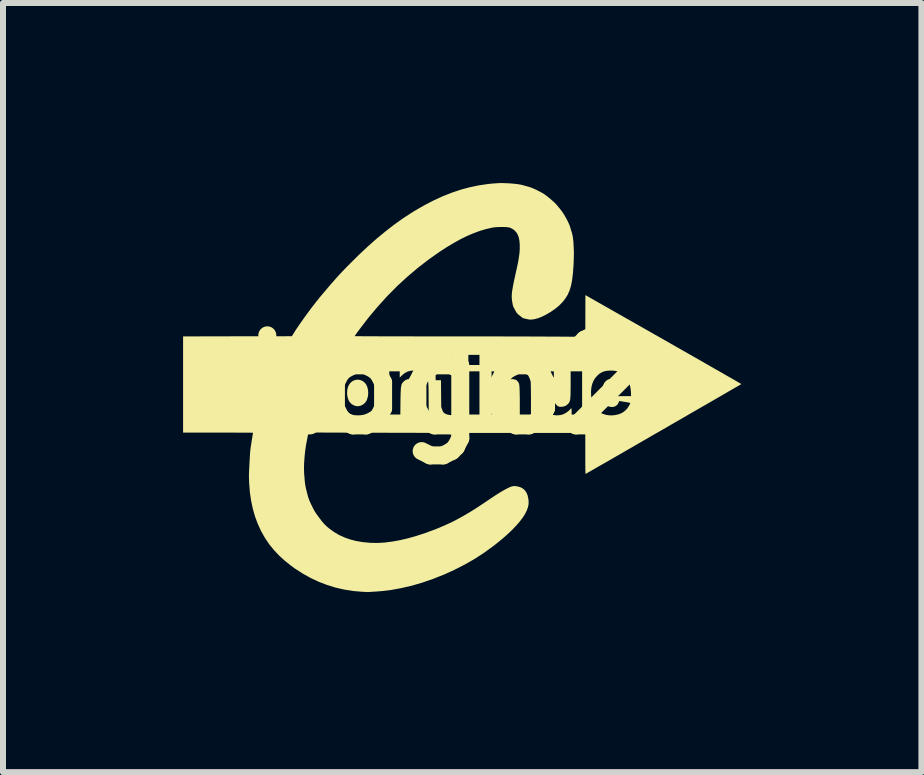
<source format=kicad_pcb>
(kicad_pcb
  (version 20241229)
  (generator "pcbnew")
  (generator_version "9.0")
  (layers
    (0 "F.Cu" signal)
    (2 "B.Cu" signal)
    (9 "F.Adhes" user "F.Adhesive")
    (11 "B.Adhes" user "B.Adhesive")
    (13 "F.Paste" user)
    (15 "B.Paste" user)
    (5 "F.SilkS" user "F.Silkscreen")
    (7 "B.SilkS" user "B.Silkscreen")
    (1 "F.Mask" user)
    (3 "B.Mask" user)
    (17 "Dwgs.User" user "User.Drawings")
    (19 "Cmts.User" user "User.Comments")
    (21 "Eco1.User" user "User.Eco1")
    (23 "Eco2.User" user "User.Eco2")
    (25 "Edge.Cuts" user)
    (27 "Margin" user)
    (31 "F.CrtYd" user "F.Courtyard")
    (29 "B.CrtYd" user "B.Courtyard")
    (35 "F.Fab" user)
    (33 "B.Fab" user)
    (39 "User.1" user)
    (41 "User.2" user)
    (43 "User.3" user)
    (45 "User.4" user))
  (footprint "Logo2"
    (layer "F.Cu")
    (at 4.403 3.358)
    (property "Reference" "Logo2" (at 0 0 0) (layer "F.SilkS") (effects (font (size 1.5 1.5) (thickness 0.3))))
    (attr board_only exclude_from_pos_files exclude_from_bom)
    (fp_poly (pts (xy -1.446 -0.076) (xy -1.412 -0.061) (xy -1.381 -0.037) (xy -1.355 -0.005) (xy -1.348 0.007) (xy -1.332 0.046) (xy -1.322 0.091) (xy -1.319 0.139) (xy -1.323 0.188) (xy -1.334 0.233) (xy -1.347 0.266) (xy -1.37 0.3) (xy -1.4 0.328) (xy -1.434 0.346) (xy -1.454 0.353) (xy -1.478 0.357) (xy -1.498 0.359) (xy -1.518 0.357) (xy -1.538 0.352) (xy -1.571 0.339) (xy -1.602 0.318) (xy -1.628 0.289) (xy -1.643 0.266) (xy -1.658 0.227) (xy -1.668 0.182) (xy -1.671 0.136) (xy -1.668 0.089) (xy -1.658 0.045) (xy -1.642 0.007) (xy -1.642 0.007) (xy -1.618 -0.028) (xy -1.588 -0.054) (xy -1.554 -0.072) (xy -1.519 -0.082) (xy -1.482 -0.083)) (stroke (width 0) (type solid)) (fill yes) (layer "F.SilkS"))
    (fp_poly (pts (xy 2.75 -0.092) (xy 2.766 -0.09) (xy 2.779 -0.086) (xy 2.793 -0.079) (xy 2.794 -0.079) (xy 2.826 -0.055) (xy 2.849 -0.024) (xy 2.864 0.012) (xy 2.868 0.03) (xy 2.871 0.044) (xy 2.873 0.056) (xy 2.873 0.064) (xy 2.871 0.071) (xy 2.864 0.075) (xy 2.853 0.078) (xy 2.835 0.079) (xy 2.81 0.079) (xy 2.777 0.079) (xy 2.734 0.079) (xy 2.727 0.079) (xy 2.684 0.079) (xy 2.651 0.079) (xy 2.625 0.079) (xy 2.607 0.078) (xy 2.595 0.077) (xy 2.588 0.076) (xy 2.585 0.074) (xy 2.584 0.072) (xy 2.584 0.07) (xy 2.586 0.06) (xy 2.589 0.043) (xy 2.59 0.033) (xy 2.6 -0.004) (xy 2.619 -0.038) (xy 2.646 -0.066) (xy 2.654 -0.072) (xy 2.669 -0.082) (xy 2.681 -0.088) (xy 2.694 -0.091) (xy 2.711 -0.092) (xy 2.727 -0.092)) (stroke (width 0) (type solid)) (fill yes) (layer "F.SilkS"))
    (fp_poly (pts (xy 0.984 -3.356) (xy 1.043 -3.353) (xy 1.074 -3.35) (xy 1.115 -3.347) (xy 1.147 -3.343) (xy 1.174 -3.34) (xy 1.198 -3.336) (xy 1.221 -3.332) (xy 1.246 -3.326) (xy 1.276 -3.318) (xy 1.304 -3.31) (xy 1.341 -3.3) (xy 1.371 -3.291) (xy 1.397 -3.282) (xy 1.42 -3.273) (xy 1.445 -3.262) (xy 1.474 -3.249) (xy 1.509 -3.231) (xy 1.512 -3.229) (xy 1.547 -3.212) (xy 1.574 -3.197) (xy 1.597 -3.184) (xy 1.617 -3.171) (xy 1.637 -3.157) (xy 1.66 -3.14) (xy 1.686 -3.118) (xy 1.704 -3.104) (xy 1.736 -3.076) (xy 1.763 -3.053) (xy 1.786 -3.031) (xy 1.807 -3.01) (xy 1.828 -2.986) (xy 1.852 -2.957) (xy 1.861 -2.946) (xy 1.887 -2.914) (xy 1.908 -2.886) (xy 1.926 -2.86) (xy 1.943 -2.834) (xy 1.961 -2.803) (xy 1.98 -2.769) (xy 1.998 -2.735) (xy 2.012 -2.706) (xy 2.024 -2.681) (xy 2.034 -2.657) (xy 2.043 -2.63) (xy 2.053 -2.598) (xy 2.06 -2.574) (xy 2.071 -2.539) (xy 2.079 -2.511) (xy 2.084 -2.487) (xy 2.089 -2.465) (xy 2.092 -2.441) (xy 2.095 -2.413) (xy 2.099 -2.378) (xy 2.1 -2.365) (xy 2.104 -2.291) (xy 2.107 -2.209) (xy 2.106 -2.122) (xy 2.103 -2.032) (xy 2.098 -1.942) (xy 2.091 -1.855) (xy 2.081 -1.771) (xy 2.074 -1.72) (xy 2.057 -1.639) (xy 2.033 -1.564) (xy 2.002 -1.495) (xy 1.962 -1.431) (xy 1.914 -1.371) (xy 1.857 -1.314) (xy 1.791 -1.26) (xy 1.722 -1.213) (xy 1.648 -1.169) (xy 1.578 -1.134) (xy 1.514 -1.108) (xy 1.454 -1.092) (xy 1.429 -1.088) (xy 1.406 -1.085) (xy 1.388 -1.084) (xy 1.371 -1.084) (xy 1.353 -1.087) (xy 1.329 -1.092) (xy 1.321 -1.094) (xy 1.297 -1.099) (xy 1.277 -1.104) (xy 1.263 -1.108) (xy 1.258 -1.11) (xy 1.251 -1.114) (xy 1.239 -1.124) (xy 1.221 -1.137) (xy 1.203 -1.152) (xy 1.183 -1.168) (xy 1.168 -1.182) (xy 1.156 -1.195) (xy 1.146 -1.211) (xy 1.134 -1.231) (xy 1.123 -1.251) (xy 1.11 -1.276) (xy 1.1 -1.295) (xy 1.094 -1.312) (xy 1.089 -1.329) (xy 1.085 -1.35) (xy 1.08 -1.378) (xy 1.079 -1.385) (xy 1.076 -1.41) (xy 1.073 -1.434) (xy 1.072 -1.459) (xy 1.072 -1.484) (xy 1.073 -1.51) (xy 1.076 -1.54) (xy 1.081 -1.573) (xy 1.087 -1.611) (xy 1.095 -1.655) (xy 1.105 -1.705) (xy 1.117 -1.763) (xy 1.132 -1.83) (xy 1.145 -1.89) (xy 1.16 -1.957) (xy 1.172 -2.015) (xy 1.182 -2.065) (xy 1.189 -2.11) (xy 1.195 -2.15) (xy 1.2 -2.188) (xy 1.203 -2.223) (xy 1.205 -2.259) (xy 1.205 -2.27) (xy 1.205 -2.34) (xy 1.199 -2.402) (xy 1.188 -2.455) (xy 1.171 -2.5) (xy 1.148 -2.538) (xy 1.119 -2.569) (xy 1.098 -2.585) (xy 1.076 -2.599) (xy 1.056 -2.609) (xy 1.035 -2.617) (xy 1.012 -2.622) (xy 0.984 -2.625) (xy 0.95 -2.626) (xy 0.908 -2.627) (xy 0.902 -2.627) (xy 0.864 -2.626) (xy 0.833 -2.625) (xy 0.807 -2.624) (xy 0.783 -2.621) (xy 0.758 -2.617) (xy 0.73 -2.612) (xy 0.632 -2.589) (xy 0.533 -2.559) (xy 0.431 -2.521) (xy 0.326 -2.476) (xy 0.218 -2.423) (xy 0.107 -2.361) (xy -0.009 -2.292) (xy -0.119 -2.221) (xy -0.307 -2.089) (xy -0.49 -1.948) (xy -0.667 -1.798) (xy -0.839 -1.64) (xy -1.005 -1.472) (xy -1.165 -1.295) (xy -1.32 -1.11) (xy -1.457 -0.931) (xy -1.48 -0.9) (xy -1.501 -0.872) (xy -1.518 -0.848) (xy -1.532 -0.828) (xy -1.541 -0.815) (xy -1.545 -0.809) (xy -1.545 -0.808) (xy -1.54 -0.808) (xy -1.525 -0.808) (xy -1.499 -0.807) (xy -1.465 -0.807) (xy -1.422 -0.807) (xy -1.37 -0.806) (xy -1.311 -0.806) (xy -1.244 -0.806) (xy -1.169 -0.806) (xy -1.089 -0.805) (xy -1.001 -0.805) (xy -0.909 -0.805) (xy -0.81 -0.805) (xy -0.707 -0.805) (xy -0.599 -0.805) (xy -0.488 -0.804) (xy -0.372 -0.804) (xy -0.254 -0.804) (xy -0.144 -0.804) (xy -0.016 -0.804) (xy 0.114 -0.804) (xy 0.243 -0.804) (xy 0.373 -0.804) (xy 0.501 -0.804) (xy 0.628 -0.804) (xy 0.753 -0.804) (xy 0.874 -0.804) (xy 0.992 -0.803) (xy 1.105 -0.803) (xy 1.213 -0.803) (xy 1.316 -0.803) (xy 1.412 -0.802) (xy 1.501 -0.802) (xy 1.582 -0.802) (xy 1.654 -0.801) (xy 1.718 -0.801) (xy 1.771 -0.801) (xy 1.777 -0.801) (xy 2.297 -0.797) (xy 2.298 -1.145) (xy 2.299 -1.492) (xy 3.599 -0.753) (xy 3.708 -0.691) (xy 3.814 -0.63) (xy 3.918 -0.571) (xy 4.018 -0.514) (xy 4.115 -0.459) (xy 4.208 -0.406) (xy 4.296 -0.355) (xy 4.38 -0.307) (xy 4.459 -0.262) (xy 4.533 -0.22) (xy 4.601 -0.181) (xy 4.663 -0.145) (xy 4.718 -0.114) (xy 4.767 -0.086) (xy 4.808 -0.062) (xy 4.842 -0.042) (xy 4.868 -0.027) (xy 4.886 -0.016) (xy 4.895 -0.011) (xy 4.896 -0.01) (xy 4.891 -0.007) (xy 4.877 0.002) (xy 4.855 0.014) (xy 4.825 0.032) (xy 4.788 0.053) (xy 4.744 0.079) (xy 4.693 0.108) (xy 4.637 0.141) (xy 4.575 0.177) (xy 4.507 0.216) (xy 4.435 0.258) (xy 4.359 0.302) (xy 4.279 0.348) (xy 4.195 0.396) (xy 4.109 0.446) (xy 4.02 0.497) (xy 3.929 0.55) (xy 3.837 0.603) (xy 3.743 0.657) (xy 3.649 0.712) (xy 3.555 0.766) (xy 3.46 0.82) (xy 3.367 0.874) (xy 3.274 0.928) (xy 3.183 0.98) (xy 3.094 1.032) (xy 3.008 1.081) (xy 2.924 1.13) (xy 2.844 1.176) (xy 2.767 1.22) (xy 2.695 1.262) (xy 2.627 1.301) (xy 2.564 1.337) (xy 2.507 1.369) (xy 2.456 1.399) (xy 2.412 1.424) (xy 2.374 1.446) (xy 2.344 1.463) (xy 2.321 1.476) (xy 2.307 1.484) (xy 2.301 1.487) (xy 2.301 1.487) (xy 2.3 1.482) (xy 2.3 1.467) (xy 2.299 1.443) (xy 2.298 1.41) (xy 2.298 1.37) (xy 2.297 1.323) (xy 2.297 1.269) (xy 2.297 1.21) (xy 2.297 1.147) (xy 2.297 1.146) (xy 2.297 0.804) (xy 1.133 0.804) (xy 1.002 0.804) (xy 0.863 0.804) (xy 0.715 0.804) (xy 0.562 0.804) (xy 0.403 0.804) (xy 0.241 0.804) (xy 0.077 0.803) (xy -0.087 0.803) (xy -0.251 0.803) (xy -0.413 0.803) (xy -0.571 0.802) (xy -0.725 0.802) (xy -0.873 0.802) (xy -1.013 0.801) (xy -1.144 0.801) (xy -1.173 0.801) (xy -2.315 0.797) (xy -2.337 0.911) (xy -2.357 1.017) (xy -2.371 1.118) (xy -2.381 1.219) (xy -2.387 1.306) (xy -2.388 1.343) (xy -2.389 1.376) (xy -2.389 1.406) (xy -2.388 1.437) (xy -2.387 1.471) (xy -2.384 1.511) (xy -2.381 1.541) (xy -2.378 1.583) (xy -2.375 1.617) (xy -2.372 1.645) (xy -2.368 1.671) (xy -2.363 1.696) (xy -2.358 1.723) (xy -2.35 1.755) (xy -2.342 1.787) (xy -2.332 1.825) (xy -2.324 1.857) (xy -2.316 1.883) (xy -2.308 1.906) (xy -2.299 1.93) (xy -2.287 1.956) (xy -2.273 1.988) (xy -2.264 2.006) (xy -2.246 2.043) (xy -2.23 2.074) (xy -2.216 2.101) (xy -2.2 2.126) (xy -2.183 2.152) (xy -2.161 2.182) (xy -2.149 2.199) (xy -2.117 2.241) (xy -2.09 2.277) (xy -2.064 2.307) (xy -2.04 2.333) (xy -2.015 2.357) (xy -1.987 2.381) (xy -1.969 2.396) (xy -1.889 2.454) (xy -1.805 2.504) (xy -1.714 2.545) (xy -1.618 2.579) (xy -1.516 2.605) (xy -1.407 2.623) (xy -1.291 2.634) (xy -1.275 2.635) (xy -1.163 2.637) (xy -1.046 2.63) (xy -0.922 2.614) (xy -0.792 2.591) (xy -0.656 2.559) (xy -0.515 2.519) (xy -0.368 2.471) (xy -0.228 2.42) (xy -0.138 2.384) (xy -0.052 2.347) (xy 0.032 2.309) (xy 0.115 2.269) (xy 0.197 2.225) (xy 0.281 2.178) (xy 0.368 2.127) (xy 0.458 2.071) (xy 0.553 2.009) (xy 0.655 1.941) (xy 0.693 1.915) (xy 0.76 1.87) (xy 0.821 1.83) (xy 0.875 1.796) (xy 0.925 1.767) (xy 0.971 1.741) (xy 0.993 1.73) (xy 1.029 1.712) (xy 1.058 1.7) (xy 1.083 1.693) (xy 1.106 1.689) (xy 1.13 1.69) (xy 1.158 1.693) (xy 1.167 1.695) (xy 1.215 1.708) (xy 1.255 1.729) (xy 1.289 1.758) (xy 1.315 1.795) (xy 1.335 1.84) (xy 1.347 1.893) (xy 1.349 1.907) (xy 1.352 1.935) (xy 1.353 1.963) (xy 1.352 1.986) (xy 1.352 1.992) (xy 1.341 2.044) (xy 1.321 2.099) (xy 1.291 2.158) (xy 1.251 2.22) (xy 1.201 2.285) (xy 1.142 2.353) (xy 1.074 2.423) (xy 0.997 2.496) (xy 0.91 2.572) (xy 0.814 2.65) (xy 0.759 2.693) (xy 0.608 2.802) (xy 0.451 2.904) (xy 0.287 2.998) (xy 0.116 3.085) (xy -0.062 3.166) (xy -0.064 3.166) (xy -0.243 3.237) (xy -0.42 3.298) (xy -0.595 3.349) (xy -0.768 3.389) (xy -0.938 3.42) (xy -1.106 3.44) (xy -1.198 3.447) (xy -1.235 3.449) (xy -1.268 3.451) (xy -1.297 3.453) (xy -1.319 3.454) (xy -1.333 3.455) (xy -1.338 3.455) (xy -1.344 3.454) (xy -1.359 3.453) (xy -1.381 3.452) (xy -1.407 3.45) (xy -1.421 3.45) (xy -1.572 3.437) (xy -1.72 3.413) (xy -1.865 3.38) (xy -2.006 3.336) (xy -2.145 3.283) (xy -2.281 3.219) (xy -2.413 3.145) (xy -2.543 3.061) (xy -2.603 3.017) (xy -2.708 2.934) (xy -2.803 2.847) (xy -2.889 2.756) (xy -2.966 2.661) (xy -3.035 2.56) (xy -3.096 2.453) (xy -3.109 2.428) (xy -3.162 2.311) (xy -3.207 2.189) (xy -3.243 2.061) (xy -3.271 1.927) (xy -3.291 1.788) (xy -3.302 1.641) (xy -3.303 1.63) (xy -3.304 1.597) (xy -3.305 1.566) (xy -3.306 1.537) (xy -3.306 1.507) (xy -3.305 1.475) (xy -3.304 1.439) (xy -3.302 1.397) (xy -3.299 1.347) (xy -3.297 1.302) (xy -3.294 1.247) (xy -3.291 1.2) (xy -3.289 1.161) (xy -3.286 1.127) (xy -3.283 1.096) (xy -3.28 1.066) (xy -3.276 1.037) (xy -3.271 1.005) (xy -3.265 0.969) (xy -3.262 0.948) (xy -3.256 0.91) (xy -3.25 0.876) (xy -3.246 0.847) (xy -3.242 0.823) (xy -3.239 0.808) (xy -3.239 0.801) (xy -3.239 0.801) (xy -3.244 0.801) (xy -3.259 0.801) (xy -3.283 0.8) (xy -3.316 0.8) (xy -3.357 0.8) (xy -3.405 0.8) (xy -3.459 0.8) (xy -3.52 0.799) (xy -3.585 0.799) (xy -3.655 0.799) (xy -3.729 0.799) (xy -3.806 0.799) (xy -3.821 0.799) (xy -4.403 0.799) (xy -4.403 0.137) (xy -1.864 0.137) (xy -1.862 0.18) (xy -1.851 0.245) (xy -1.832 0.303) (xy -1.804 0.356) (xy -1.769 0.401) (xy -1.726 0.439) (xy -1.677 0.47) (xy -1.62 0.492) (xy -1.564 0.506) (xy -1.523 0.51) (xy -1.479 0.511) (xy -1.435 0.508) (xy -1.396 0.501) (xy -1.38 0.497) (xy -1.325 0.475) (xy -1.275 0.445) (xy -1.231 0.406) (xy -1.193 0.36) (xy -1.162 0.307) (xy -1.139 0.249) (xy -1.139 0.249) (xy -1.131 0.213) (xy -1.126 0.171) (xy -1.125 0.127) (xy -1.128 0.083) (xy -1.133 0.044) (xy -1.138 0.026) (xy -1.161 -0.034) (xy -1.191 -0.088) (xy -1.229 -0.134) (xy -1.273 -0.171) (xy -1.323 -0.201) (xy -1.378 -0.222) (xy -1.38 -0.222) (xy -0.968 -0.222) (xy -0.968 0.138) (xy -0.968 0.497) (xy -0.876 0.497) (xy -0.784 0.497) (xy -0.782 0.279) (xy -0.781 0.217) (xy -0.78 0.164) (xy -0.778 0.119) (xy -0.776 0.082) (xy -0.774 0.052) (xy -0.77 0.028) (xy -0.766 0.008) (xy -0.761 -0.008) (xy -0.754 -0.022) (xy -0.746 -0.033) (xy -0.736 -0.044) (xy -0.727 -0.054) (xy -0.697 -0.077) (xy -0.666 -0.09) (xy -0.632 -0.094) (xy -0.593 -0.088) (xy -0.589 -0.088) (xy -0.569 -0.082) (xy -0.556 -0.076) (xy -0.545 -0.067) (xy -0.535 -0.054) (xy -0.528 -0.044) (xy -0.522 -0.034) (xy -0.517 -0.023) (xy -0.513 -0.009) (xy -0.51 0.007) (xy -0.507 0.027) (xy -0.506 0.052) (xy -0.504 0.083) (xy -0.504 0.122) (xy -0.503 0.168) (xy -0.503 0.223) (xy -0.503 0.266) (xy -0.503 0.497) (xy -0.407 0.497) (xy -0.312 0.497) (xy -0.312 0.279) (xy -0.313 0.229) (xy -0.313 0.179) (xy -0.313 0.132) (xy -0.314 0.088) (xy -0.315 0.05) (xy -0.316 0.019) (xy -0.317 -0.003) (xy -0.317 -0.007) (xy -0.32 -0.036) (xy -0.322 -0.058) (xy -0.326 -0.075) (xy -0.331 -0.091) (xy -0.339 -0.109) (xy -0.341 -0.115) (xy -0.358 -0.148) (xy -0.377 -0.172) (xy -0.398 -0.191) (xy -0.425 -0.207) (xy -0.464 -0.222) (xy -0.196 -0.222) (xy -0.196 -0.148) (xy -0.196 -0.074) (xy -0.151 -0.074) (xy -0.107 -0.074) (xy -0.105 0.149) (xy -0.103 0.373) (xy -0.088 0.413) (xy -0.079 0.436) (xy -0.072 0.451) (xy -0.064 0.462) (xy -0.055 0.471) (xy -0.041 0.48) (xy -0.04 0.481) (xy -0.01 0.495) (xy 0.028 0.504) (xy 0.07 0.509) (xy 0.114 0.509) (xy 0.158 0.505) (xy 0.192 0.497) (xy 0.209 0.491) (xy 0.222 0.486) (xy 0.227 0.483) (xy 0.227 0.483) (xy 0.227 0.474) (xy 0.225 0.458) (xy 0.223 0.437) (xy 0.22 0.414) (xy 0.217 0.391) (xy 0.214 0.37) (xy 0.212 0.355) (xy 0.21 0.346) (xy 0.21 0.346) (xy 0.204 0.346) (xy 0.191 0.348) (xy 0.176 0.352) (xy 0.144 0.357) (xy 0.118 0.354) (xy 0.099 0.343) (xy 0.092 0.335) (xy 0.089 0.33) (xy 0.087 0.324) (xy 0.086 0.316) (xy 0.084 0.305) (xy 0.083 0.288) (xy 0.082 0.267) (xy 0.082 0.238) (xy 0.081 0.202) (xy 0.081 0.157) (xy 0.08 0.138) (xy 0.349 0.138) (xy 0.349 0.497) (xy 0.442 0.497) (xy 0.534 0.497) (xy 0.534 0.138) (xy 0.534 -0.222) (xy 0.736 -0.222) (xy 0.736 0.138) (xy 0.736 0.497) (xy 0.831 0.497) (xy 0.926 0.497) (xy 0.926 0.284) (xy 0.926 0.222) (xy 0.927 0.169) (xy 0.927 0.125) (xy 0.929 0.089) (xy 0.931 0.059) (xy 0.933 0.035) (xy 0.936 0.017) (xy 0.94 0.001) (xy 0.945 -0.011) (xy 0.95 -0.02) (xy 0.976 -0.052) (xy 1.007 -0.075) (xy 1.042 -0.089) (xy 1.079 -0.093) (xy 1.118 -0.088) (xy 1.124 -0.086) (xy 1.142 -0.08) (xy 1.155 -0.072) (xy 1.166 -0.06) (xy 1.176 -0.048) (xy 1.184 -0.035) (xy 1.19 -0.024) (xy 1.194 -0.012) (xy 1.197 0.002) (xy 1.199 0.023) (xy 1.201 0.045) (xy 1.202 0.065) (xy 1.203 0.095) (xy 1.204 0.131) (xy 1.205 0.173) (xy 1.206 0.218) (xy 1.206 0.266) (xy 1.206 0.303) (xy 1.206 0.497) (xy 1.299 0.497) (xy 1.392 0.497) (xy 1.392 0.239) (xy 1.392 0.187) (xy 1.391 0.137) (xy 1.391 0.09) (xy 1.39 0.048) (xy 1.389 0.012) (xy 1.389 -0.017) (xy 1.388 -0.037) (xy 1.387 -0.049) (xy 1.387 -0.049) (xy 1.382 -0.068) (xy 1.374 -0.092) (xy 1.364 -0.117) (xy 1.361 -0.123) (xy 1.35 -0.146) (xy 1.34 -0.162) (xy 1.329 -0.174) (xy 1.315 -0.186) (xy 1.31 -0.189) (xy 1.278 -0.21) (xy 1.248 -0.222) (xy 1.587 -0.222) (xy 1.589 0.049) (xy 1.589 0.11) (xy 1.59 0.161) (xy 1.59 0.204) (xy 1.591 0.239) (xy 1.592 0.267) (xy 1.593 0.29) (xy 1.594 0.307) (xy 1.595 0.321) (xy 1.596 0.332) (xy 1.598 0.342) (xy 1.6 0.35) (xy 1.602 0.355) (xy 1.621 0.4) (xy 1.647 0.437) (xy 1.68 0.468) (xy 1.721 0.491) (xy 1.726 0.493) (xy 1.768 0.505) (xy 1.814 0.511) (xy 1.861 0.509) (xy 1.906 0.501) (xy 1.924 0.495) (xy 1.96 0.478) (xy 1.995 0.456) (xy 2.025 0.432) (xy 2.041 0.415) (xy 2.052 0.403) (xy 2.061 0.394) (xy 2.065 0.392) (xy 2.067 0.397) (xy 2.068 0.41) (xy 2.069 0.429) (xy 2.069 0.445) (xy 2.069 0.497) (xy 2.156 0.497) (xy 2.244 0.497) (xy 2.244 0.138) (xy 2.244 0.117) (xy 2.392 0.117) (xy 2.395 0.191) (xy 2.399 0.223) (xy 2.403 0.25) (xy 2.408 0.271) (xy 2.414 0.292) (xy 2.423 0.314) (xy 2.436 0.34) (xy 2.452 0.371) (xy 2.466 0.395) (xy 2.48 0.413) (xy 2.49 0.424) (xy 2.535 0.459) (xy 2.585 0.485) (xy 2.64 0.502) (xy 2.675 0.508) (xy 2.702 0.511) (xy 2.724 0.512) (xy 2.746 0.511) (xy 2.77 0.509) (xy 2.797 0.506) (xy 2.854 0.493) (xy 2.906 0.472) (xy 2.951 0.442) (xy 2.99 0.405) (xy 3.021 0.359) (xy 3.029 0.345) (xy 3.038 0.327) (xy 3.044 0.313) (xy 3.047 0.305) (xy 3.047 0.304) (xy 3.041 0.303) (xy 3.027 0.3) (xy 3.006 0.296) (xy 2.979 0.291) (xy 2.954 0.287) (xy 2.863 0.272) (xy 2.855 0.293) (xy 2.837 0.326) (xy 2.813 0.35) (xy 2.783 0.366) (xy 2.748 0.372) (xy 2.712 0.37) (xy 2.675 0.358) (xy 2.644 0.338) (xy 2.618 0.31) (xy 2.598 0.276) (xy 2.588 0.241) (xy 2.586 0.229) (xy 2.583 0.219) (xy 2.582 0.211) (xy 2.583 0.205) (xy 2.586 0.2) (xy 2.593 0.196) (xy 2.605 0.193) (xy 2.622 0.192) (xy 2.646 0.191) (xy 2.676 0.19) (xy 2.715 0.19) (xy 2.762 0.19) (xy 2.819 0.19) (xy 2.82 0.191) (xy 3.059 0.191) (xy 3.058 0.144) (xy 3.054 0.081) (xy 3.043 0.022) (xy 3.026 -0.034) (xy 3.003 -0.084) (xy 2.974 -0.126) (xy 2.941 -0.16) (xy 2.902 -0.189) (xy 2.862 -0.21) (xy 2.82 -0.225) (xy 2.773 -0.233) (xy 2.72 -0.235) (xy 2.664 -0.232) (xy 2.615 -0.223) (xy 2.572 -0.206) (xy 2.533 -0.182) (xy 2.507 -0.16) (xy 2.466 -0.116) (xy 2.435 -0.067) (xy 2.412 -0.011) (xy 2.398 0.05) (xy 2.392 0.117) (xy 2.244 0.117) (xy 2.244 -0.222) (xy 2.148 -0.222) (xy 2.053 -0.222) (xy 2.053 -0.015) (xy 2.053 0.049) (xy 2.052 0.103) (xy 2.052 0.148) (xy 2.05 0.185) (xy 2.048 0.216) (xy 2.046 0.241) (xy 2.042 0.261) (xy 2.037 0.278) (xy 2.032 0.291) (xy 2.024 0.303) (xy 2.016 0.314) (xy 2.006 0.324) (xy 1.977 0.348) (xy 1.941 0.363) (xy 1.905 0.369) (xy 1.872 0.369) (xy 1.845 0.361) (xy 1.823 0.345) (xy 1.803 0.321) (xy 1.794 0.309) (xy 1.788 0.298) (xy 1.784 0.286) (xy 1.782 0.272) (xy 1.78 0.252) (xy 1.778 0.227) (xy 1.777 0.206) (xy 1.776 0.176) (xy 1.775 0.139) (xy 1.774 0.097) (xy 1.773 0.051) (xy 1.773 0.004) (xy 1.773 -0.03) (xy 1.773 -0.222) (xy 1.68 -0.222) (xy 1.587 -0.222) (xy 1.248 -0.222) (xy 1.245 -0.223) (xy 1.209 -0.232) (xy 1.167 -0.235) (xy 1.148 -0.235) (xy 1.12 -0.234) (xy 1.098 -0.233) (xy 1.081 -0.23) (xy 1.064 -0.225) (xy 1.051 -0.22) (xy 1.003 -0.196) (xy 0.958 -0.162) (xy 0.936 -0.14) (xy 0.911 -0.114) (xy 0.91 -0.168) (xy 0.91 -0.222) (xy 0.823 -0.222) (xy 0.736 -0.222) (xy 0.534 -0.222) (xy 0.442 -0.222) (xy 0.349 -0.222) (xy 0.349 0.138) (xy 0.08 0.138) (xy 0.08 0.123) (xy 0.078 -0.074) (xy 0.145 -0.074) (xy 0.212 -0.074) (xy 0.212 -0.148) (xy 0.212 -0.222) (xy 0.146 -0.222) (xy 0.08 -0.222) (xy 0.078 -0.348) (xy 0.077 -0.413) (xy 0.349 -0.413) (xy 0.349 -0.328) (xy 0.442 -0.328) (xy 0.534 -0.328) (xy 0.534 -0.413) (xy 0.534 -0.497) (xy 0.442 -0.497) (xy 0.349 -0.497) (xy 0.349 -0.413) (xy 0.077 -0.413) (xy 0.077 -0.474) (xy -0.015 -0.421) (xy -0.106 -0.368) (xy -0.106 -0.295) (xy -0.106 -0.222) (xy -0.151 -0.222) (xy -0.196 -0.222) (xy -0.464 -0.222) (xy -0.474 -0.226) (xy -0.528 -0.236) (xy -0.578 -0.236) (xy -0.625 -0.229) (xy -0.667 -0.216) (xy -0.707 -0.195) (xy -0.745 -0.166) (xy -0.763 -0.149) (xy -0.794 -0.119) (xy -0.794 -0.171) (xy -0.794 -0.222) (xy -0.881 -0.222) (xy -0.968 -0.222) (xy -1.38 -0.222) (xy -1.438 -0.234) (xy -1.503 -0.237) (xy -1.55 -0.233) (xy -1.611 -0.221) (xy -1.666 -0.2) (xy -1.716 -0.17) (xy -1.76 -0.134) (xy -1.796 -0.09) (xy -1.825 -0.041) (xy -1.847 0.014) (xy -1.86 0.073) (xy -1.864 0.137) (xy -4.403 0.137) (xy -4.403 -0.003) (xy -4.403 -0.804) (xy -3.497 -0.806) (xy -2.591 -0.807) (xy -2.54 -0.889) (xy -2.526 -0.911) (xy -2.507 -0.94) (xy -2.483 -0.975) (xy -2.456 -1.015) (xy -2.426 -1.057) (xy -2.395 -1.101) (xy -2.363 -1.146) (xy -2.343 -1.173) (xy -2.299 -1.233) (xy -2.259 -1.286) (xy -2.221 -1.335) (xy -2.184 -1.383) (xy -2.146 -1.43) (xy -2.105 -1.48) (xy -2.06 -1.534) (xy -2.034 -1.564) (xy -1.987 -1.62) (xy -1.945 -1.669) (xy -1.907 -1.712) (xy -1.873 -1.751) (xy -1.84 -1.788) (xy -1.809 -1.822) (xy -1.777 -1.857) (xy -1.743 -1.892) (xy -1.707 -1.93) (xy -1.667 -1.971) (xy -1.622 -2.016) (xy -1.473 -2.164) (xy -1.326 -2.302) (xy -1.18 -2.431) (xy -1.036 -2.55) (xy -0.893 -2.661) (xy -0.751 -2.763) (xy -0.608 -2.857) (xy -0.535 -2.902) (xy -0.38 -2.991) (xy -0.227 -3.07) (xy -0.077 -3.139) (xy 0.073 -3.198) (xy 0.221 -3.248) (xy 0.369 -3.288) (xy 0.517 -3.319) (xy 0.665 -3.341) (xy 0.688 -3.344) (xy 0.756 -3.351) (xy 0.817 -3.355) (xy 0.874 -3.358) (xy 0.928 -3.358)) (stroke (width 0) (type solid)) (fill yes) (layer "F.SilkS")))
  (gr_rect
    (start -3 -3)
    (end 12.299 9.813)
    (stroke (width 0.1) (type default))
    (fill no)
    (layer "Edge.Cuts")))
</source>
